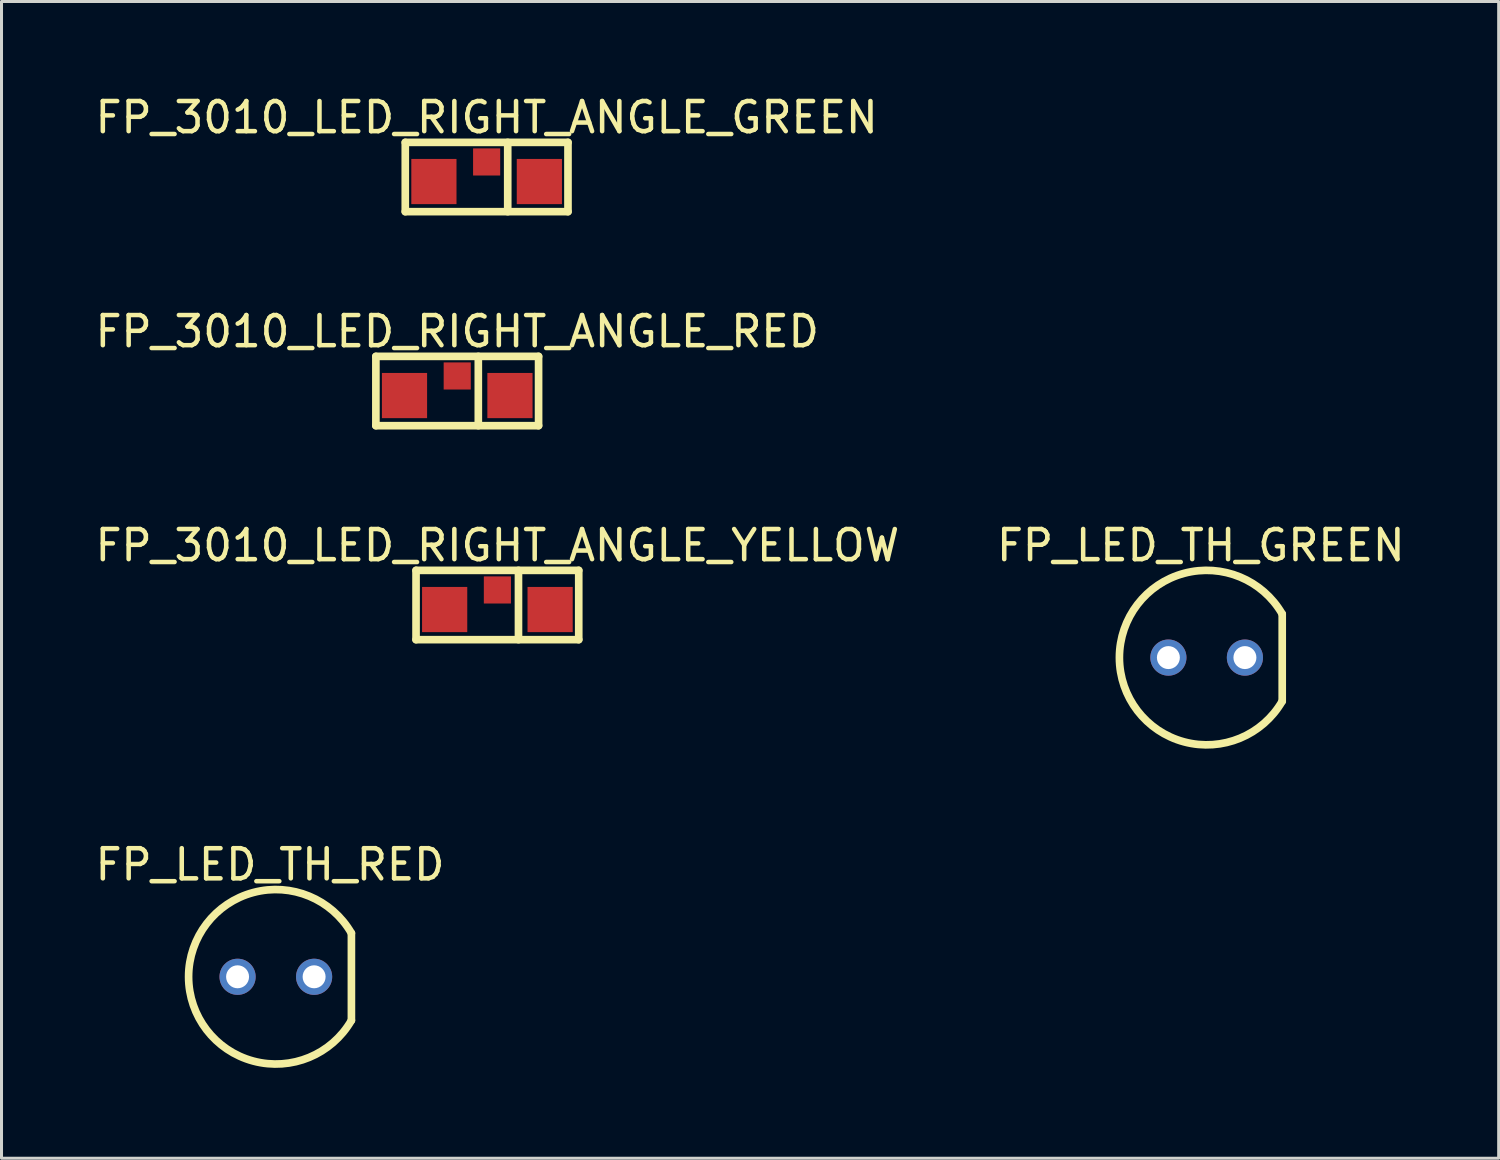
<source format=kicad_pcb>
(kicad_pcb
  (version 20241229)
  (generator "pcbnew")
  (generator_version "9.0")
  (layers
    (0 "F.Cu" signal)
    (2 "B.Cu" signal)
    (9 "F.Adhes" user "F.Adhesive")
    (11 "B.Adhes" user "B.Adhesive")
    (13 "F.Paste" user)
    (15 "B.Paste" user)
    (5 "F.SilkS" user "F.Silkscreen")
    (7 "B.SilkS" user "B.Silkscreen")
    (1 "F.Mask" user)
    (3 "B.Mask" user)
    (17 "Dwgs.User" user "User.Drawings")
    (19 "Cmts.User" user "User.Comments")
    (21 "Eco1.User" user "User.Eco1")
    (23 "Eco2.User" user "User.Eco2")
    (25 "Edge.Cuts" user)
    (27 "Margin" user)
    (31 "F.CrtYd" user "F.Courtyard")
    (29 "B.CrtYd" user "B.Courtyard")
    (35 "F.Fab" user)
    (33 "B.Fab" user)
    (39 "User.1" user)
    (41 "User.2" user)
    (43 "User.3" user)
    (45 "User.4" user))
  (footprint "FP_3010_LED_RIGHT_ANGLE_YELLOW"
    (layer "F.Cu")
    (at 13.458 17.18)
    (property "Reference" "FP_3010_LED_RIGHT_ANGLE_YELLOW" (at 0 -2.127 0) (layer "F.SilkS") (effects (font (size 1 1) (thickness 0.15))))
    (fp_line (start -2.7 -1.3) (end 2.7 -1.3) (stroke (width 0.254) (type solid)) (layer "F.SilkS"))
    (fp_line (start -2.7 1) (end -2.7 -1.3) (stroke (width 0.254) (type solid)) (layer "F.SilkS"))
    (fp_line (start -2.7 1) (end 2.7 1) (stroke (width 0.254) (type solid)) (layer "F.SilkS"))
    (fp_line (start 0.7 1) (end 0.7 -1.3) (stroke (width 0.254) (type solid)) (layer "F.SilkS"))
    (fp_line (start 2.7 1) (end 2.7 -1.3) (stroke (width 0.254) (type solid)) (layer "F.SilkS"))
    (pad "0" smd rect (at 0 -0.65 90) (size 0.9 0.9) (layers "F.Cu" "F.Mask" "F.Paste"))
    (pad "A" smd rect (at -1.75 0) (size 1.5 1.5) (layers "F.Cu" "F.Mask" "F.Paste"))
    (pad "K" smd rect (at 1.75 0) (size 1.5 1.5) (layers "F.Cu" "F.Mask" "F.Paste")))
  (footprint "FP_LED_TH_GREEN"
    (layer "F.Cu")
    (at 36.998 18.775)
    (property "Reference" "FP_LED_TH_GREEN" (at -0.194 -3.723 0) (layer "F.SilkS") (effects (font (size 1 1) (thickness 0.15))))
    (fp_line (start 2.508 1.448) (end 2.508 -1.448) (stroke (width 0.254) (type solid)) (layer "F.SilkS"))
    (fp_arc (start 2.507663 1.4478) (mid -2.8956 0) (end 2.507663 -1.4478) (stroke (width 0.254) (type solid)) (layer "F.SilkS"))
    (pad "A" thru_hole circle (at -1.27 0) (size 1.2 1.2) (drill 0.762) (layers "*.Cu" "*.Mask"))
    (pad "K" thru_hole circle (at 1.27 0) (size 1.2 1.2) (drill 0.762) (layers "*.Cu" "*.Mask")))
  (footprint "FP_3010_LED_RIGHT_ANGLE_GREEN"
    (layer "F.Cu")
    (at 13.101 2.975)
    (property "Reference" "FP_3010_LED_RIGHT_ANGLE_GREEN" (at 0 -2.127 0) (layer "F.SilkS") (effects (font (size 1 1) (thickness 0.15))))
    (fp_line (start -2.7 -1.3) (end 2.7 -1.3) (stroke (width 0.254) (type solid)) (layer "F.SilkS"))
    (fp_line (start -2.7 1) (end -2.7 -1.3) (stroke (width 0.254) (type solid)) (layer "F.SilkS"))
    (fp_line (start -2.7 1) (end 2.7 1) (stroke (width 0.254) (type solid)) (layer "F.SilkS"))
    (fp_line (start 0.7 1) (end 0.7 -1.3) (stroke (width 0.254) (type solid)) (layer "F.SilkS"))
    (fp_line (start 2.7 1) (end 2.7 -1.3) (stroke (width 0.254) (type solid)) (layer "F.SilkS"))
    (pad "0" smd rect (at 0 -0.65 90) (size 0.9 0.9) (layers "F.Cu" "F.Mask" "F.Paste"))
    (pad "A" smd rect (at -1.75 0) (size 1.5 1.5) (layers "F.Cu" "F.Mask" "F.Paste"))
    (pad "K" smd rect (at 1.75 0) (size 1.5 1.5) (layers "F.Cu" "F.Mask" "F.Paste")))
  (footprint "FP_LED_TH_RED"
    (layer "F.Cu")
    (at 6.105 29.369)
    (property "Reference" "FP_LED_TH_RED" (at -0.194 -3.723 0) (layer "F.SilkS") (effects (font (size 1 1) (thickness 0.15))))
    (fp_line (start 2.508 1.448) (end 2.508 -1.448) (stroke (width 0.254) (type solid)) (layer "F.SilkS"))
    (fp_arc (start 2.507663 1.4478) (mid -2.8956 0) (end 2.507663 -1.4478) (stroke (width 0.254) (type solid)) (layer "F.SilkS"))
    (pad "A" thru_hole circle (at -1.27 0) (size 1.2 1.2) (drill 0.762) (layers "*.Cu" "*.Mask"))
    (pad "K" thru_hole circle (at 1.27 0) (size 1.2 1.2) (drill 0.762) (layers "*.Cu" "*.Mask")))
  (footprint "FP_3010_LED_RIGHT_ANGLE_RED"
    (layer "F.Cu")
    (at 12.125 10.078)
    (property "Reference" "FP_3010_LED_RIGHT_ANGLE_RED" (at 0 -2.127 0) (layer "F.SilkS") (effects (font (size 1 1) (thickness 0.15))))
    (fp_line (start -2.7 -1.3) (end 2.7 -1.3) (stroke (width 0.254) (type solid)) (layer "F.SilkS"))
    (fp_line (start -2.7 1) (end -2.7 -1.3) (stroke (width 0.254) (type solid)) (layer "F.SilkS"))
    (fp_line (start -2.7 1) (end 2.7 1) (stroke (width 0.254) (type solid)) (layer "F.SilkS"))
    (fp_line (start 0.7 1) (end 0.7 -1.3) (stroke (width 0.254) (type solid)) (layer "F.SilkS"))
    (fp_line (start 2.7 1) (end 2.7 -1.3) (stroke (width 0.254) (type solid)) (layer "F.SilkS"))
    (pad "0" smd rect (at 0 -0.65 90) (size 0.9 0.9) (layers "F.Cu" "F.Mask" "F.Paste"))
    (pad "A" smd rect (at -1.75 0) (size 1.5 1.5) (layers "F.Cu" "F.Mask" "F.Paste"))
    (pad "K" smd rect (at 1.75 0) (size 1.5 1.5) (layers "F.Cu" "F.Mask" "F.Paste")))
  (gr_rect
    (start -3 -3)
    (end 46.69 35.391)
    (stroke (width 0.1) (type default))
    (fill no)
    (layer "Edge.Cuts")))
</source>
